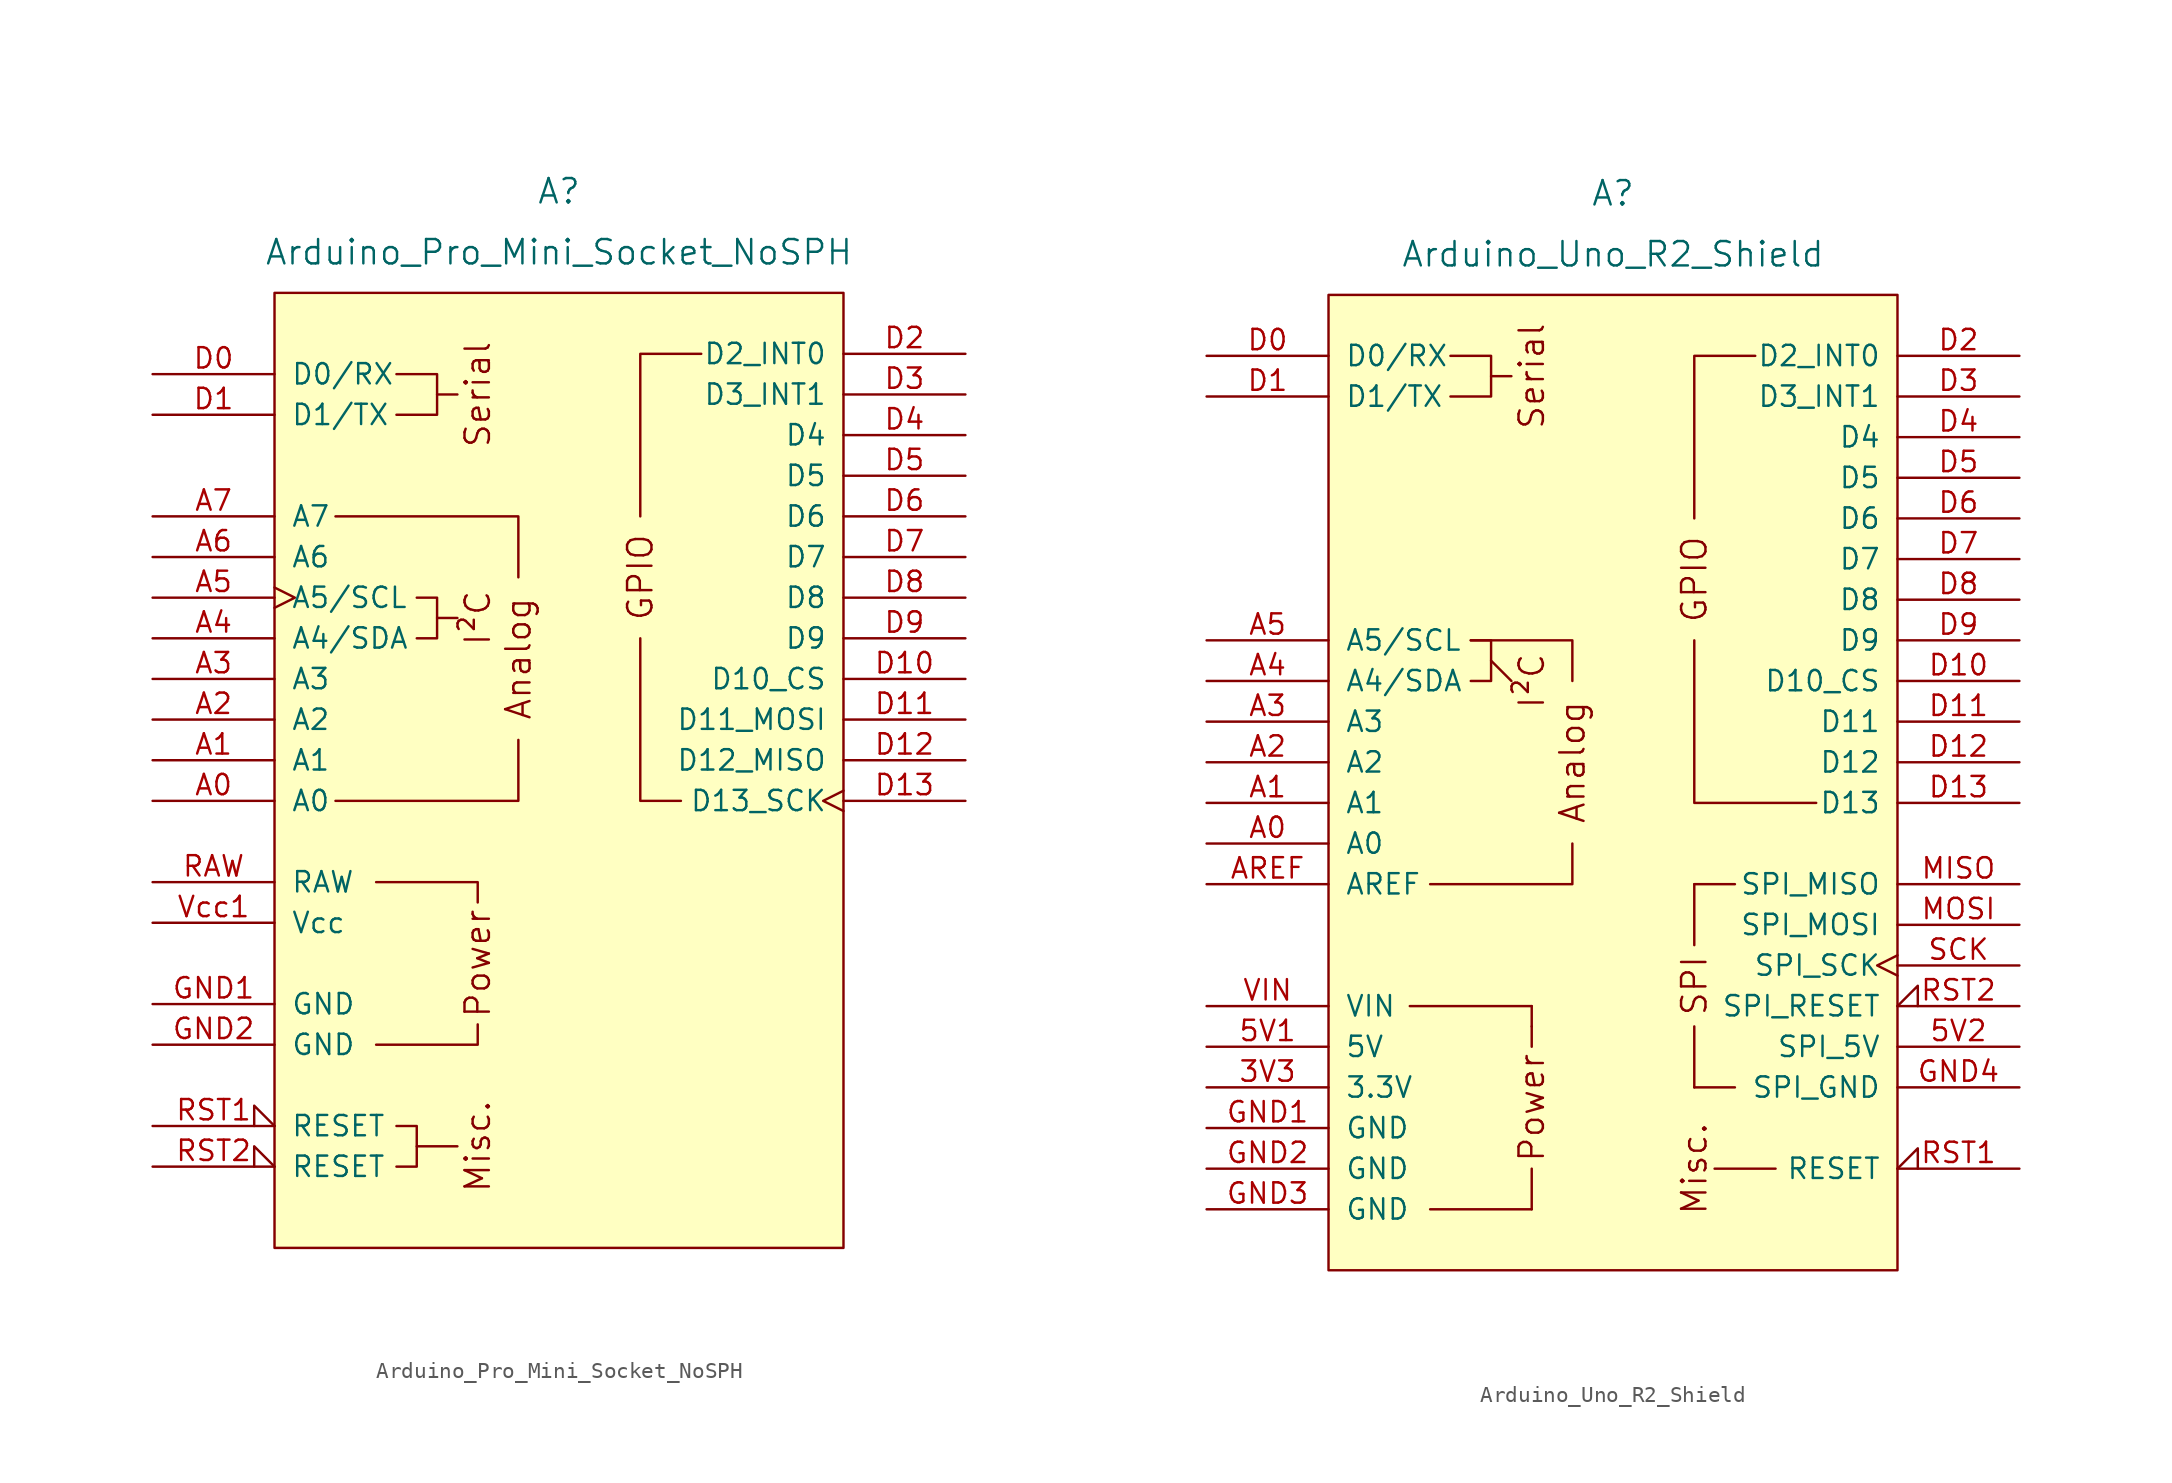
<source format=kicad_sym>
(kicad_symbol_lib
  (version 20241209)
  (generator "kicad_symbol_editor")
  (generator_version "9.0")
  (symbol "Arduino_Pro_Mini_Socket_NoSPH"
    (pin_names
      (offset 1.016))
    (property "Reference" "A"
      (at 0 36.83 0)
      (effects (font (size 1.524 1.524))))
    (property "Value" "Arduino_Pro_Mini_Socket_NoSPH"
      (at 0 33.02 0)
      (effects (font (size 1.524 1.524))))
    (symbol "Arduino_Pro_Mini_Socket_NoSPH_0_0"
      (rectangle (start -17.78 30.48) (end 17.78 -29.21) (stroke (width 0) (type default)) (fill (type background)))
      (polyline (pts (xy -11.43 -16.51) (xy -5.08 -16.51) (xy -5.08 -15.24)) (stroke (width 0) (type default)) (fill (type none)))
      (polyline (pts (xy -10.16 25.4) (xy -7.62 25.4) (xy -7.62 22.86) (xy -10.16 22.86)) (stroke (width 0) (type default)) (fill (type none)))
      (polyline (pts (xy -8.89 11.43) (xy -7.62 11.43) (xy -7.62 8.89) (xy -8.89 8.89)) (stroke (width 0) (type default)) (fill (type none)))
      (polyline (pts (xy -7.62 24.13) (xy -6.35 24.13)) (stroke (width 0) (type default)) (fill (type none)))
      (polyline (pts (xy -7.62 10.16) (xy -6.35 10.16)) (stroke (width 0) (type default)) (fill (type none)))
      (polyline (pts (xy -6.35 -22.86) (xy -8.89 -22.86)) (stroke (width 0) (type default)) (fill (type none)))
      (polyline (pts (xy -5.08 -7.62) (xy -5.08 -6.35) (xy -11.43 -6.35)) (stroke (width 0) (type default)) (fill (type none)))
      (polyline (pts (xy -2.54 12.7) (xy -2.54 16.51) (xy -13.97 16.51)) (stroke (width 0) (type default)) (fill (type none)))
      (polyline (pts (xy -2.54 2.54) (xy -2.54 -1.27) (xy -13.97 -1.27)) (stroke (width 0) (type default)) (fill (type none)))
      (text "Serial" (at -5.08 24.13 900) (effects (font (size 1.524 1.524))))
      (text "I²C" (at -5.08 10.16 900) (effects (font (size 1.524 1.524))))
      (text "Power" (at -5.08 -11.43 900) (effects (font (size 1.524 1.524))))
      (text "Misc." (at -5.08 -22.86 900) (effects (font (size 1.524 1.524))))
      (text "Analog" (at -2.54 7.62 900) (effects (font (size 1.524 1.524)))))
    (symbol "Arduino_Pro_Mini_Socket_NoSPH_0_1"
      (polyline (pts (xy -10.16 -24.13) (xy -8.89 -24.13) (xy -8.89 -21.59) (xy -10.16 -21.59)) (stroke (width 0) (type default)) (fill (type none)))
      (polyline (pts (xy 7.62 -1.27) (xy 5.08 -1.27) (xy 5.08 8.89)) (stroke (width 0) (type default)) (fill (type none)))
      (polyline (pts (xy 8.89 26.67) (xy 5.08 26.67) (xy 5.08 16.51)) (stroke (width 0) (type default)) (fill (type none))))
    (symbol "Arduino_Pro_Mini_Socket_NoSPH_1_0"
      (text "GPIO" (at 5.08 12.7 900) (effects (font (size 1.524 1.524)))))
    (symbol "Arduino_Pro_Mini_Socket_NoSPH_1_1"
      (pin bidirectional line (at -25.4 25.4 0) (length 7.62) (name "D0/RX" (effects (font (size 1.27 1.27)))) (number "D0" (effects (font (size 1.27 1.27)))))
      (pin bidirectional line (at -25.4 22.86 0) (length 7.62) (name "D1/TX" (effects (font (size 1.27 1.27)))) (number "D1" (effects (font (size 1.27 1.27)))))
      (pin input line (at -25.4 16.51 0) (length 7.62) (name "A7" (effects (font (size 1.27 1.27)))) (number "A7" (effects (font (size 1.27 1.27)))))
      (pin input line (at -25.4 13.97 0) (length 7.62) (name "A6" (effects (font (size 1.27 1.27)))) (number "A6" (effects (font (size 1.27 1.27)))))
      (pin bidirectional clock (at -25.4 11.43 0) (length 7.62) (name "A5/SCL" (effects (font (size 1.27 1.27)))) (number "A5" (effects (font (size 1.27 1.27)))))
      (pin bidirectional line (at -25.4 8.89 0) (length 7.62) (name "A4/SDA" (effects (font (size 1.27 1.27)))) (number "A4" (effects (font (size 1.27 1.27)))))
      (pin bidirectional line (at -25.4 6.35 0) (length 7.62) (name "A3" (effects (font (size 1.27 1.27)))) (number "A3" (effects (font (size 1.27 1.27)))))
      (pin bidirectional line (at -25.4 3.81 0) (length 7.62) (name "A2" (effects (font (size 1.27 1.27)))) (number "A2" (effects (font (size 1.27 1.27)))))
      (pin bidirectional line (at -25.4 1.27 0) (length 7.62) (name "A1" (effects (font (size 1.27 1.27)))) (number "A1" (effects (font (size 1.27 1.27)))))
      (pin bidirectional line (at -25.4 -1.27 0) (length 7.62) (name "A0" (effects (font (size 1.27 1.27)))) (number "A0" (effects (font (size 1.27 1.27)))))
      (pin power_in line (at -25.4 -6.35 0) (length 7.62) (name "RAW" (effects (font (size 1.27 1.27)))) (number "RAW" (effects (font (size 1.27 1.27)))))
      (pin power_in line (at -25.4 -8.89 0) (length 7.62) (name "Vcc" (effects (font (size 1.27 1.27)))) (number "Vcc1" (effects (font (size 1.27 1.27)))))
      (pin power_in line (at -25.4 -13.97 0) (length 7.62) (name "GND" (effects (font (size 1.27 1.27)))) (number "GND1" (effects (font (size 1.27 1.27)))))
      (pin power_in line (at -25.4 -16.51 0) (length 7.62) (name "GND" (effects (font (size 1.27 1.27)))) (number "GND2" (effects (font (size 1.27 1.27)))))
      (pin open_collector input_low (at -25.4 -21.59 0) (length 7.62) (name "RESET" (effects (font (size 1.27 1.27)))) (number "RST1" (effects (font (size 1.27 1.27)))))
      (pin open_collector input_low (at -25.4 -24.13 0) (length 7.62) (name "RESET" (effects (font (size 1.27 1.27)))) (number "RST2" (effects (font (size 1.27 1.27)))))
      (pin bidirectional line (at 25.4 26.67 180) (length 7.62) (name "D2_INT0" (effects (font (size 1.27 1.27)))) (number "D2" (effects (font (size 1.27 1.27)))))
      (pin bidirectional line (at 25.4 24.13 180) (length 7.62) (name "D3_INT1" (effects (font (size 1.27 1.27)))) (number "D3" (effects (font (size 1.27 1.27)))))
      (pin bidirectional line (at 25.4 21.59 180) (length 7.62) (name "D4" (effects (font (size 1.27 1.27)))) (number "D4" (effects (font (size 1.27 1.27)))))
      (pin bidirectional line (at 25.4 19.05 180) (length 7.62) (name "D5" (effects (font (size 1.27 1.27)))) (number "D5" (effects (font (size 1.27 1.27)))))
      (pin bidirectional line (at 25.4 16.51 180) (length 7.62) (name "D6" (effects (font (size 1.27 1.27)))) (number "D6" (effects (font (size 1.27 1.27)))))
      (pin bidirectional line (at 25.4 13.97 180) (length 7.62) (name "D7" (effects (font (size 1.27 1.27)))) (number "D7" (effects (font (size 1.27 1.27)))))
      (pin bidirectional line (at 25.4 11.43 180) (length 7.62) (name "D8" (effects (font (size 1.27 1.27)))) (number "D8" (effects (font (size 1.27 1.27)))))
      (pin bidirectional line (at 25.4 8.89 180) (length 7.62) (name "D9" (effects (font (size 1.27 1.27)))) (number "D9" (effects (font (size 1.27 1.27)))))
      (pin bidirectional line (at 25.4 6.35 180) (length 7.62) (name "D10_CS" (effects (font (size 1.27 1.27)))) (number "D10" (effects (font (size 1.27 1.27)))))
      (pin bidirectional line (at 25.4 3.81 180) (length 7.62) (name "D11_MOSI" (effects (font (size 1.27 1.27)))) (number "D11" (effects (font (size 1.27 1.27)))))
      (pin bidirectional line (at 25.4 1.27 180) (length 7.62) (name "D12_MISO" (effects (font (size 1.27 1.27)))) (number "D12" (effects (font (size 1.27 1.27)))))
      (pin bidirectional clock (at 25.4 -1.27 180) (length 7.62) (name "D13_SCK" (effects (font (size 1.27 1.27)))) (number "D13" (effects (font (size 1.27 1.27)))))))
  (symbol "Arduino_Uno_R2_Shield"
    (pin_names
      (offset 1.016))
    (property "Reference" "A"
      (at 0 36.83 0)
      (effects (font (size 1.524 1.524))))
    (property "Value" "Arduino_Uno_R2_Shield"
      (at 0 33.02 0)
      (effects (font (size 1.524 1.524))))
    (symbol "Arduino_Uno_R2_Shield_0_0"
      (rectangle (start -17.78 30.48) (end 17.78 -30.48) (stroke (width 0) (type default)) (fill (type background)))
      (rectangle (start -12.7 -13.97) (end -5.08 -13.97) (stroke (width 0) (type default)) (fill (type none)))
      (rectangle (start -11.43 -26.67) (end -5.08 -26.67) (stroke (width 0) (type default)) (fill (type none)))
      (polyline (pts (xy -10.16 26.67) (xy -7.62 26.67) (xy -7.62 24.13) (xy -10.16 24.13)) (stroke (width 0) (type default)) (fill (type none)))
      (polyline (pts (xy -8.89 8.89) (xy -7.62 8.89) (xy -7.62 6.35) (xy -8.89 6.35)) (stroke (width 0) (type default)) (fill (type none)))
      (polyline (pts (xy -7.62 25.4) (xy -6.35 25.4)) (stroke (width 0) (type default)) (fill (type none)))
      (polyline (pts (xy -7.62 7.62) (xy -6.35 6.35)) (stroke (width 0) (type default)) (fill (type none)))
      (polyline (pts (xy -5.08 -13.97) (xy -5.08 -15.24)) (stroke (width 0) (type default)) (fill (type none)))
      (polyline (pts (xy -5.08 -15.24) (xy -5.08 -16.51)) (stroke (width 0) (type default)) (fill (type none)))
      (polyline (pts (xy -5.08 -26.67) (xy -5.08 -24.13)) (stroke (width 0) (type default)) (fill (type none)))
      (polyline (pts (xy -2.54 6.35) (xy -2.54 8.89) (xy -8.89 8.89)) (stroke (width 0) (type default)) (fill (type none)))
      (polyline (pts (xy -2.54 -3.81) (xy -2.54 -6.35) (xy -11.43 -6.35)) (stroke (width 0) (type default)) (fill (type none)))
      (polyline (pts (xy 5.08 16.51) (xy 5.08 26.67) (xy 8.89 26.67)) (stroke (width 0) (type default)) (fill (type none)))
      (polyline (pts (xy 5.08 8.89) (xy 5.08 -1.27) (xy 12.7 -1.27)) (stroke (width 0) (type default)) (fill (type none)))
      (rectangle (start 5.08 -10.16) (end 5.08 -6.35) (stroke (width 0) (type default)) (fill (type none)))
      (rectangle (start 5.08 -19.05) (end 5.08 -15.24) (stroke (width 0) (type default)) (fill (type none)))
      (rectangle (start 5.08 -19.05) (end 7.62 -19.05) (stroke (width 0) (type default)) (fill (type none)))
      (rectangle (start 6.35 -24.13) (end 10.16 -24.13) (stroke (width 0) (type default)) (fill (type none)))
      (rectangle (start 7.62 -6.35) (end 5.08 -6.35) (stroke (width 0) (type default)) (fill (type none)))
      (text "Serial" (at -5.08 25.4 900) (effects (font (size 1.524 1.524))))
      (text "I²C" (at -5.08 6.35 900) (effects (font (size 1.524 1.524))))
      (text "Power" (at -5.08 -20.32 900) (effects (font (size 1.524 1.524))))
      (text "Analog" (at -2.54 1.27 900) (effects (font (size 1.524 1.524))))
      (text "SPI" (at 5.08 -12.7 900) (effects (font (size 1.524 1.524))))
      (text "Misc." (at 5.08 -24.13 900) (effects (font (size 1.524 1.524)))))
    (symbol "Arduino_Uno_R2_Shield_1_0"
      (text "GPIO" (at 5.08 12.7 900) (effects (font (size 1.524 1.524)))))
    (symbol "Arduino_Uno_R2_Shield_1_1"
      (pin bidirectional line (at -25.4 26.67 0) (length 7.62) (name "D0/RX" (effects (font (size 1.27 1.27)))) (number "D0" (effects (font (size 1.27 1.27)))))
      (pin bidirectional line (at -25.4 24.13 0) (length 7.62) (name "D1/TX" (effects (font (size 1.27 1.27)))) (number "D1" (effects (font (size 1.27 1.27)))))
      (pin bidirectional line (at -25.4 8.89 0) (length 7.62) (name "A5/SCL" (effects (font (size 1.27 1.27)))) (number "A5" (effects (font (size 1.27 1.27)))))
      (pin bidirectional line (at -25.4 6.35 0) (length 7.62) (name "A4/SDA" (effects (font (size 1.27 1.27)))) (number "A4" (effects (font (size 1.27 1.27)))))
      (pin bidirectional line (at -25.4 3.81 0) (length 7.62) (name "A3" (effects (font (size 1.27 1.27)))) (number "A3" (effects (font (size 1.27 1.27)))))
      (pin bidirectional line (at -25.4 1.27 0) (length 7.62) (name "A2" (effects (font (size 1.27 1.27)))) (number "A2" (effects (font (size 1.27 1.27)))))
      (pin bidirectional line (at -25.4 -1.27 0) (length 7.62) (name "A1" (effects (font (size 1.27 1.27)))) (number "A1" (effects (font (size 1.27 1.27)))))
      (pin bidirectional line (at -25.4 -3.81 0) (length 7.62) (name "A0" (effects (font (size 1.27 1.27)))) (number "A0" (effects (font (size 1.27 1.27)))))
      (pin input line (at -25.4 -6.35 0) (length 7.62) (name "AREF" (effects (font (size 1.27 1.27)))) (number "AREF" (effects (font (size 1.27 1.27)))))
      (pin power_in line (at -25.4 -13.97 0) (length 7.62) (name "VIN" (effects (font (size 1.27 1.27)))) (number "VIN" (effects (font (size 1.27 1.27)))))
      (pin power_in line (at -25.4 -16.51 0) (length 7.62) (name "5V" (effects (font (size 1.27 1.27)))) (number "5V1" (effects (font (size 1.27 1.27)))))
      (pin power_out line (at -25.4 -19.05 0) (length 7.62) (name "3.3V" (effects (font (size 1.27 1.27)))) (number "3V3" (effects (font (size 1.27 1.27)))))
      (pin power_in line (at -25.4 -21.59 0) (length 7.62) (name "GND" (effects (font (size 1.27 1.27)))) (number "GND1" (effects (font (size 1.27 1.27)))))
      (pin power_in line (at -25.4 -24.13 0) (length 7.62) (name "GND" (effects (font (size 1.27 1.27)))) (number "GND2" (effects (font (size 1.27 1.27)))))
      (pin power_in line (at -25.4 -26.67 0) (length 7.62) (name "GND" (effects (font (size 1.27 1.27)))) (number "GND3" (effects (font (size 1.27 1.27)))))
      (pin bidirectional line (at 25.4 26.67 180) (length 7.62) (name "D2_INT0" (effects (font (size 1.27 1.27)))) (number "D2" (effects (font (size 1.27 1.27)))))
      (pin bidirectional line (at 25.4 24.13 180) (length 7.62) (name "D3_INT1" (effects (font (size 1.27 1.27)))) (number "D3" (effects (font (size 1.27 1.27)))))
      (pin bidirectional line (at 25.4 21.59 180) (length 7.62) (name "D4" (effects (font (size 1.27 1.27)))) (number "D4" (effects (font (size 1.27 1.27)))))
      (pin bidirectional line (at 25.4 19.05 180) (length 7.62) (name "D5" (effects (font (size 1.27 1.27)))) (number "D5" (effects (font (size 1.27 1.27)))))
      (pin bidirectional line (at 25.4 16.51 180) (length 7.62) (name "D6" (effects (font (size 1.27 1.27)))) (number "D6" (effects (font (size 1.27 1.27)))))
      (pin bidirectional line (at 25.4 13.97 180) (length 7.62) (name "D7" (effects (font (size 1.27 1.27)))) (number "D7" (effects (font (size 1.27 1.27)))))
      (pin bidirectional line (at 25.4 11.43 180) (length 7.62) (name "D8" (effects (font (size 1.27 1.27)))) (number "D8" (effects (font (size 1.27 1.27)))))
      (pin bidirectional line (at 25.4 8.89 180) (length 7.62) (name "D9" (effects (font (size 1.27 1.27)))) (number "D9" (effects (font (size 1.27 1.27)))))
      (pin bidirectional line (at 25.4 6.35 180) (length 7.62) (name "D10_CS" (effects (font (size 1.27 1.27)))) (number "D10" (effects (font (size 1.27 1.27)))))
      (pin bidirectional line (at 25.4 3.81 180) (length 7.62) (name "D11" (effects (font (size 1.27 1.27)))) (number "D11" (effects (font (size 1.27 1.27)))))
      (pin bidirectional line (at 25.4 1.27 180) (length 7.62) (name "D12" (effects (font (size 1.27 1.27)))) (number "D12" (effects (font (size 1.27 1.27)))))
      (pin bidirectional line (at 25.4 -1.27 180) (length 7.62) (name "D13" (effects (font (size 1.27 1.27)))) (number "D13" (effects (font (size 1.27 1.27)))))
      (pin input line (at 25.4 -6.35 180) (length 7.62) (name "SPI_MISO" (effects (font (size 1.27 1.27)))) (number "MISO" (effects (font (size 1.27 1.27)))))
      (pin output line (at 25.4 -8.89 180) (length 7.62) (name "SPI_MOSI" (effects (font (size 1.27 1.27)))) (number "MOSI" (effects (font (size 1.27 1.27)))))
      (pin output clock (at 25.4 -11.43 180) (length 7.62) (name "SPI_SCK" (effects (font (size 1.27 1.27)))) (number "SCK" (effects (font (size 1.27 1.27)))))
      (pin open_collector input_low (at 25.4 -13.97 180) (length 7.62) (name "SPI_RESET" (effects (font (size 1.27 1.27)))) (number "RST2" (effects (font (size 1.27 1.27)))))
      (pin power_in line (at 25.4 -16.51 180) (length 7.62) (name "SPI_5V" (effects (font (size 1.27 1.27)))) (number "5V2" (effects (font (size 1.27 1.27)))))
      (pin power_in line (at 25.4 -19.05 180) (length 7.62) (name "SPI_GND" (effects (font (size 1.27 1.27)))) (number "GND4" (effects (font (size 1.27 1.27)))))
      (pin open_collector input_low (at 25.4 -24.13 180) (length 7.62) (name "RESET" (effects (font (size 1.27 1.27)))) (number "RST1" (effects (font (size 1.27 1.27))))))))
</source>
